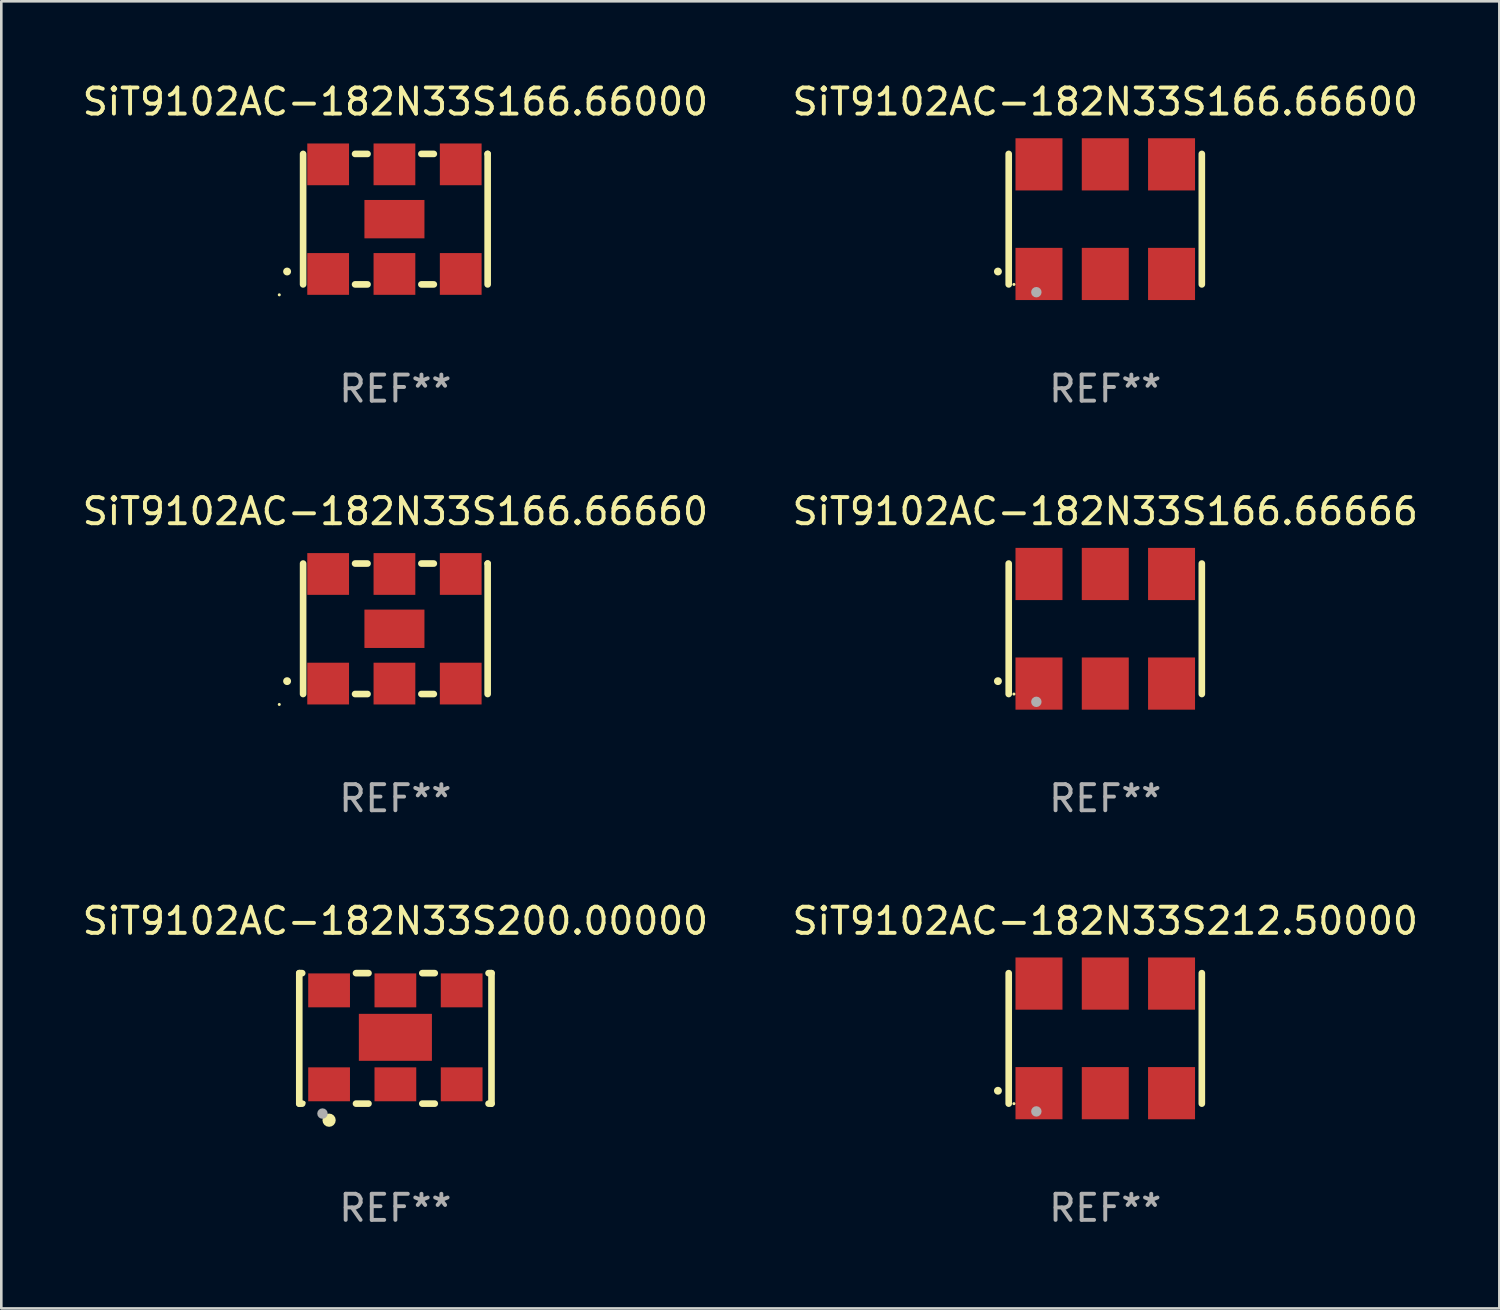
<source format=kicad_pcb>
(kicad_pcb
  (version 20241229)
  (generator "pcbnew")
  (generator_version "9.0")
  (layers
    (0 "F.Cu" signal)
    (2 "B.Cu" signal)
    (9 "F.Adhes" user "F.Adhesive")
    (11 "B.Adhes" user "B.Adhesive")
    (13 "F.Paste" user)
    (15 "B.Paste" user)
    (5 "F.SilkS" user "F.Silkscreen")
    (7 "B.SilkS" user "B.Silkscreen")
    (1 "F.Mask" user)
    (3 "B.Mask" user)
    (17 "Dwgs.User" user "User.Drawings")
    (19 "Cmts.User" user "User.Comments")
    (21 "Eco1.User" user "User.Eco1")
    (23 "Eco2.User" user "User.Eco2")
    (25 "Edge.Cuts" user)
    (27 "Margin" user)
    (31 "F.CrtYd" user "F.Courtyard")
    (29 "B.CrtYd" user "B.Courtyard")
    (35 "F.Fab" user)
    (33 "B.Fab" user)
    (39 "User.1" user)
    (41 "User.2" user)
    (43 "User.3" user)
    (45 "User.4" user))
  (footprint "SiT9102AC-182N33S200.00000"
    (layer "F.Cu")
    (at 12.101 36.741)
    (property "Reference" "SiT9102AC-182N33S200.00000" (at 0 -4.5 0) (layer "F.SilkS") (effects (font (size 1 1) (thickness 0.15))))
    (attr through_hole)
    (fp_line (start -3.683 -2.5) (end -3.571 -2.5) (stroke (width 0.254) (type solid)) (layer "F.SilkS"))
    (fp_line (start -3.683 2.5) (end -3.683 -2.5) (stroke (width 0.254) (type solid)) (layer "F.SilkS"))
    (fp_line (start -3.683 2.5) (end -3.571 2.5) (stroke (width 0.254) (type solid)) (layer "F.SilkS"))
    (fp_line (start -1.509 -2.5) (end -1.031 -2.5) (stroke (width 0.254) (type solid)) (layer "F.SilkS"))
    (fp_line (start -1.509 2.5) (end -1.031 2.5) (stroke (width 0.254) (type solid)) (layer "F.SilkS"))
    (fp_line (start 1.031 -2.5) (end 1.509 -2.5) (stroke (width 0.254) (type solid)) (layer "F.SilkS"))
    (fp_line (start 1.031 2.5) (end 1.509 2.5) (stroke (width 0.254) (type solid)) (layer "F.SilkS"))
    (fp_line (start 3.571 -2.5) (end 3.683 -2.5) (stroke (width 0.254) (type solid)) (layer "F.SilkS"))
    (fp_line (start 3.571 2.5) (end 3.683 2.5) (stroke (width 0.254) (type solid)) (layer "F.SilkS"))
    (fp_line (start 3.683 2.5) (end 3.683 -2.5) (stroke (width 0.254) (type solid)) (layer "F.SilkS"))
    (fp_circle (center -3.5 2.46) (end -3.47 2.46) (stroke (width 0.06) (type solid)) (fill no) (layer "F.SilkS"))
    (fp_circle (center -2.54 3.135) (end -2.413 3.135) (stroke (width 0.254) (type solid)) (fill no) (layer "F.SilkS"))
    (fp_circle (center -2.794 2.881) (end -2.694 2.881) (stroke (width 0.2) (type solid)) (fill no) (layer "F.Fab"))
    (fp_text user "REF**" (at 0 6.5 0) (layer "F.Fab") (effects (font (size 1 1) (thickness 0.15))))
    (pad "1" smd rect (at -2.54 1.76) (size 1.6 1.3) (layers "F.Cu" "F.Mask" "F.Paste"))
    (pad "2" smd rect (at 0 1.76) (size 1.6 1.3) (layers "F.Cu" "F.Mask" "F.Paste"))
    (pad "3" smd rect (at 2.54 1.76) (size 1.6 1.3) (layers "F.Cu" "F.Mask" "F.Paste"))
    (pad "4" smd rect (at 2.54 -1.84) (size 1.6 1.3) (layers "F.Cu" "F.Mask" "F.Paste"))
    (pad "5" smd rect (at 0 -1.84) (size 1.6 1.3) (layers "F.Cu" "F.Mask" "F.Paste"))
    (pad "6" smd rect (at -2.54 -1.84) (size 1.6 1.3) (layers "F.Cu" "F.Mask" "F.Paste"))
    (pad "7" smd rect (at 0 -0.04) (size 2.8 1.8) (layers "F.Cu" "F.Mask" "F.Paste")))
  (footprint "SiT9102AC-182N33S166.66600"
    (layer "F.Cu")
    (at 39.304 5.348)
    (property "Reference" "SiT9102AC-182N33S166.66600" (at 0 -4.5 0) (layer "F.SilkS") (effects (font (size 1 1) (thickness 0.15))))
    (attr through_hole)
    (fp_line (start -3.7 -2.5) (end -3.7 2.5) (stroke (width 0.254) (type solid)) (layer "F.SilkS"))
    (fp_line (start 3.7 -2.5) (end 3.7 2.5) (stroke (width 0.254) (type solid)) (layer "F.SilkS"))
    (fp_arc (start -4.114415 2.006604) (mid -4.113145 2.006599) (end -4.111875 2.006604) (stroke (width 0.3) (type solid)) (layer "F.SilkS"))
    (fp_circle (center -3.5 2.501) (end -3.47 2.501) (stroke (width 0.06) (type solid)) (fill no) (layer "F.SilkS"))
    (fp_circle (center -2.641 2.799) (end -2.541 2.799) (stroke (width 0.2) (type solid)) (fill no) (layer "F.Fab"))
    (fp_text user "REF**" (at 0 6.5 0) (layer "F.Fab") (effects (font (size 1 1) (thickness 0.15))))
    (pad "1" smd rect (at -2.54 2.1) (size 1.8 2) (layers "F.Cu" "F.Mask" "F.Paste"))
    (pad "2" smd rect (at 0.000394 2.1) (size 1.8 2) (layers "F.Cu" "F.Mask" "F.Paste"))
    (pad "3" smd rect (at 2.54 2.1) (size 1.8 2) (layers "F.Cu" "F.Mask" "F.Paste"))
    (pad "4" smd rect (at 2.54 -2.1) (size 1.8 2) (layers "F.Cu" "F.Mask" "F.Paste"))
    (pad "5" smd rect (at 0.000394 -2.1) (size 1.8 2) (layers "F.Cu" "F.Mask" "F.Paste"))
    (pad "6" smd rect (at -2.54 -2.1) (size 1.8 2) (layers "F.Cu" "F.Mask" "F.Paste")))
  (footprint "SiT9102AC-182N33S212.50000"
    (layer "F.Cu")
    (at 39.304 36.741)
    (property "Reference" "SiT9102AC-182N33S212.50000" (at 0 -4.5 0) (layer "F.SilkS") (effects (font (size 1 1) (thickness 0.15))))
    (attr through_hole)
    (fp_line (start -3.7 -2.5) (end -3.7 2.5) (stroke (width 0.254) (type solid)) (layer "F.SilkS"))
    (fp_line (start 3.7 -2.5) (end 3.7 2.5) (stroke (width 0.254) (type solid)) (layer "F.SilkS"))
    (fp_arc (start -4.114415 2.006604) (mid -4.113145 2.006599) (end -4.111875 2.006604) (stroke (width 0.3) (type solid)) (layer "F.SilkS"))
    (fp_circle (center -3.5 2.501) (end -3.47 2.501) (stroke (width 0.06) (type solid)) (fill no) (layer "F.SilkS"))
    (fp_circle (center -2.641 2.799) (end -2.541 2.799) (stroke (width 0.2) (type solid)) (fill no) (layer "F.Fab"))
    (fp_text user "REF**" (at 0 6.5 0) (layer "F.Fab") (effects (font (size 1 1) (thickness 0.15))))
    (pad "1" smd rect (at -2.54 2.1) (size 1.8 2) (layers "F.Cu" "F.Mask" "F.Paste"))
    (pad "2" smd rect (at 0.000394 2.1) (size 1.8 2) (layers "F.Cu" "F.Mask" "F.Paste"))
    (pad "3" smd rect (at 2.54 2.1) (size 1.8 2) (layers "F.Cu" "F.Mask" "F.Paste"))
    (pad "4" smd rect (at 2.54 -2.1) (size 1.8 2) (layers "F.Cu" "F.Mask" "F.Paste"))
    (pad "5" smd rect (at 0.000394 -2.1) (size 1.8 2) (layers "F.Cu" "F.Mask" "F.Paste"))
    (pad "6" smd rect (at -2.54 -2.1) (size 1.8 2) (layers "F.Cu" "F.Mask" "F.Paste")))
  (footprint "SiT9102AC-182N33S166.66666"
    (layer "F.Cu")
    (at 39.304 21.045)
    (property "Reference" "SiT9102AC-182N33S166.66666" (at 0 -4.5 0) (layer "F.SilkS") (effects (font (size 1 1) (thickness 0.15))))
    (attr through_hole)
    (fp_line (start -3.7 -2.5) (end -3.7 2.5) (stroke (width 0.254) (type solid)) (layer "F.SilkS"))
    (fp_line (start 3.7 -2.5) (end 3.7 2.5) (stroke (width 0.254) (type solid)) (layer "F.SilkS"))
    (fp_arc (start -4.114415 2.006604) (mid -4.113145 2.006599) (end -4.111875 2.006604) (stroke (width 0.3) (type solid)) (layer "F.SilkS"))
    (fp_circle (center -3.5 2.501) (end -3.47 2.501) (stroke (width 0.06) (type solid)) (fill no) (layer "F.SilkS"))
    (fp_circle (center -2.641 2.799) (end -2.541 2.799) (stroke (width 0.2) (type solid)) (fill no) (layer "F.Fab"))
    (fp_text user "REF**" (at 0 6.5 0) (layer "F.Fab") (effects (font (size 1 1) (thickness 0.15))))
    (pad "1" smd rect (at -2.54 2.1) (size 1.8 2) (layers "F.Cu" "F.Mask" "F.Paste"))
    (pad "2" smd rect (at 0.000394 2.1) (size 1.8 2) (layers "F.Cu" "F.Mask" "F.Paste"))
    (pad "3" smd rect (at 2.54 2.1) (size 1.8 2) (layers "F.Cu" "F.Mask" "F.Paste"))
    (pad "4" smd rect (at 2.54 -2.1) (size 1.8 2) (layers "F.Cu" "F.Mask" "F.Paste"))
    (pad "5" smd rect (at 0.000394 -2.1) (size 1.8 2) (layers "F.Cu" "F.Mask" "F.Paste"))
    (pad "6" smd rect (at -2.54 -2.1) (size 1.8 2) (layers "F.Cu" "F.Mask" "F.Paste")))
  (footprint "SiT9102AC-182N33S166.66660"
    (layer "F.Cu")
    (at 12.101 21.045)
    (property "Reference" "SiT9102AC-182N33S166.66660" (at 0 -4.5 0) (layer "F.SilkS") (effects (font (size 1 1) (thickness 0.15))))
    (attr through_hole)
    (fp_line (start -3.536 -2.5) (end -3.536 2.5) (stroke (width 0.254) (type solid)) (layer "F.SilkS"))
    (fp_line (start -1.544 2.5) (end -1.067 2.5) (stroke (width 0.254) (type solid)) (layer "F.SilkS"))
    (fp_line (start -1.067 -2.5) (end -1.544 -2.5) (stroke (width 0.254) (type solid)) (layer "F.SilkS"))
    (fp_line (start 0.996 2.5) (end 1.473 2.5) (stroke (width 0.254) (type solid)) (layer "F.SilkS"))
    (fp_line (start 1.473 -2.5) (end 0.996 -2.5) (stroke (width 0.254) (type solid)) (layer "F.SilkS"))
    (fp_line (start 3.536 -2.5) (end 3.536 -2.5) (stroke (width 0.254) (type solid)) (layer "F.SilkS"))
    (fp_line (start 3.536 2.5) (end 3.536 -2.5) (stroke (width 0.254) (type solid)) (layer "F.SilkS"))
    (fp_arc (start -4.150432 2.006604) (mid -4.149162 2.006599) (end -4.147892 2.006604) (stroke (width 0.3) (type solid)) (layer "F.SilkS"))
    (fp_circle (center -4.449 2.9) (end -4.419 2.9) (stroke (width 0.06) (type solid)) (fill no) (layer "F.SilkS"))
    (fp_text user "REF**" (at 0 6.5 0) (layer "F.Fab") (effects (font (size 1 1) (thickness 0.15))))
    (pad "1" smd rect (at -2.576 2.1) (size 1.6 1.6) (layers "F.Cu" "F.Mask" "F.Paste"))
    (pad "2" smd rect (at -0.036 2.1) (size 1.6 1.6) (layers "F.Cu" "F.Mask" "F.Paste"))
    (pad "3" smd rect (at 2.504 2.1) (size 1.6 1.6) (layers "F.Cu" "F.Mask" "F.Paste"))
    (pad "4" smd rect (at 2.504 -2.1) (size 1.6 1.6) (layers "F.Cu" "F.Mask" "F.Paste"))
    (pad "5" smd rect (at -0.036 -2.1) (size 1.6 1.6) (layers "F.Cu" "F.Mask" "F.Paste"))
    (pad "6" smd rect (at -2.576 -2.1) (size 1.6 1.6) (layers "F.Cu" "F.Mask" "F.Paste"))
    (pad "7" smd rect (at -0.036 0) (size 2.3 1.47) (layers "F.Cu" "F.Mask" "F.Paste")))
  (footprint "SiT9102AC-182N33S166.66000"
    (layer "F.Cu")
    (at 12.101 5.348)
    (property "Reference" "SiT9102AC-182N33S166.66000" (at 0 -4.5 0) (layer "F.SilkS") (effects (font (size 1 1) (thickness 0.15))))
    (attr through_hole)
    (fp_line (start -3.536 -2.5) (end -3.536 2.5) (stroke (width 0.254) (type solid)) (layer "F.SilkS"))
    (fp_line (start -1.544 2.5) (end -1.067 2.5) (stroke (width 0.254) (type solid)) (layer "F.SilkS"))
    (fp_line (start -1.067 -2.5) (end -1.544 -2.5) (stroke (width 0.254) (type solid)) (layer "F.SilkS"))
    (fp_line (start 0.996 2.5) (end 1.473 2.5) (stroke (width 0.254) (type solid)) (layer "F.SilkS"))
    (fp_line (start 1.473 -2.5) (end 0.996 -2.5) (stroke (width 0.254) (type solid)) (layer "F.SilkS"))
    (fp_line (start 3.536 -2.5) (end 3.536 -2.5) (stroke (width 0.254) (type solid)) (layer "F.SilkS"))
    (fp_line (start 3.536 2.5) (end 3.536 -2.5) (stroke (width 0.254) (type solid)) (layer "F.SilkS"))
    (fp_arc (start -4.150432 2.006604) (mid -4.149162 2.006599) (end -4.147892 2.006604) (stroke (width 0.3) (type solid)) (layer "F.SilkS"))
    (fp_circle (center -4.449 2.9) (end -4.419 2.9) (stroke (width 0.06) (type solid)) (fill no) (layer "F.SilkS"))
    (fp_text user "REF**" (at 0 6.5 0) (layer "F.Fab") (effects (font (size 1 1) (thickness 0.15))))
    (pad "1" smd rect (at -2.576 2.1) (size 1.6 1.6) (layers "F.Cu" "F.Mask" "F.Paste"))
    (pad "2" smd rect (at -0.036 2.1) (size 1.6 1.6) (layers "F.Cu" "F.Mask" "F.Paste"))
    (pad "3" smd rect (at 2.504 2.1) (size 1.6 1.6) (layers "F.Cu" "F.Mask" "F.Paste"))
    (pad "4" smd rect (at 2.504 -2.1) (size 1.6 1.6) (layers "F.Cu" "F.Mask" "F.Paste"))
    (pad "5" smd rect (at -0.036 -2.1) (size 1.6 1.6) (layers "F.Cu" "F.Mask" "F.Paste"))
    (pad "6" smd rect (at -2.576 -2.1) (size 1.6 1.6) (layers "F.Cu" "F.Mask" "F.Paste"))
    (pad "7" smd rect (at -0.036 0) (size 2.3 1.47) (layers "F.Cu" "F.Mask" "F.Paste")))
  (gr_rect
    (start -3 -3)
    (end 54.405 47.09)
    (stroke (width 0.1) (type default))
    (fill no)
    (layer "Edge.Cuts")))
</source>
